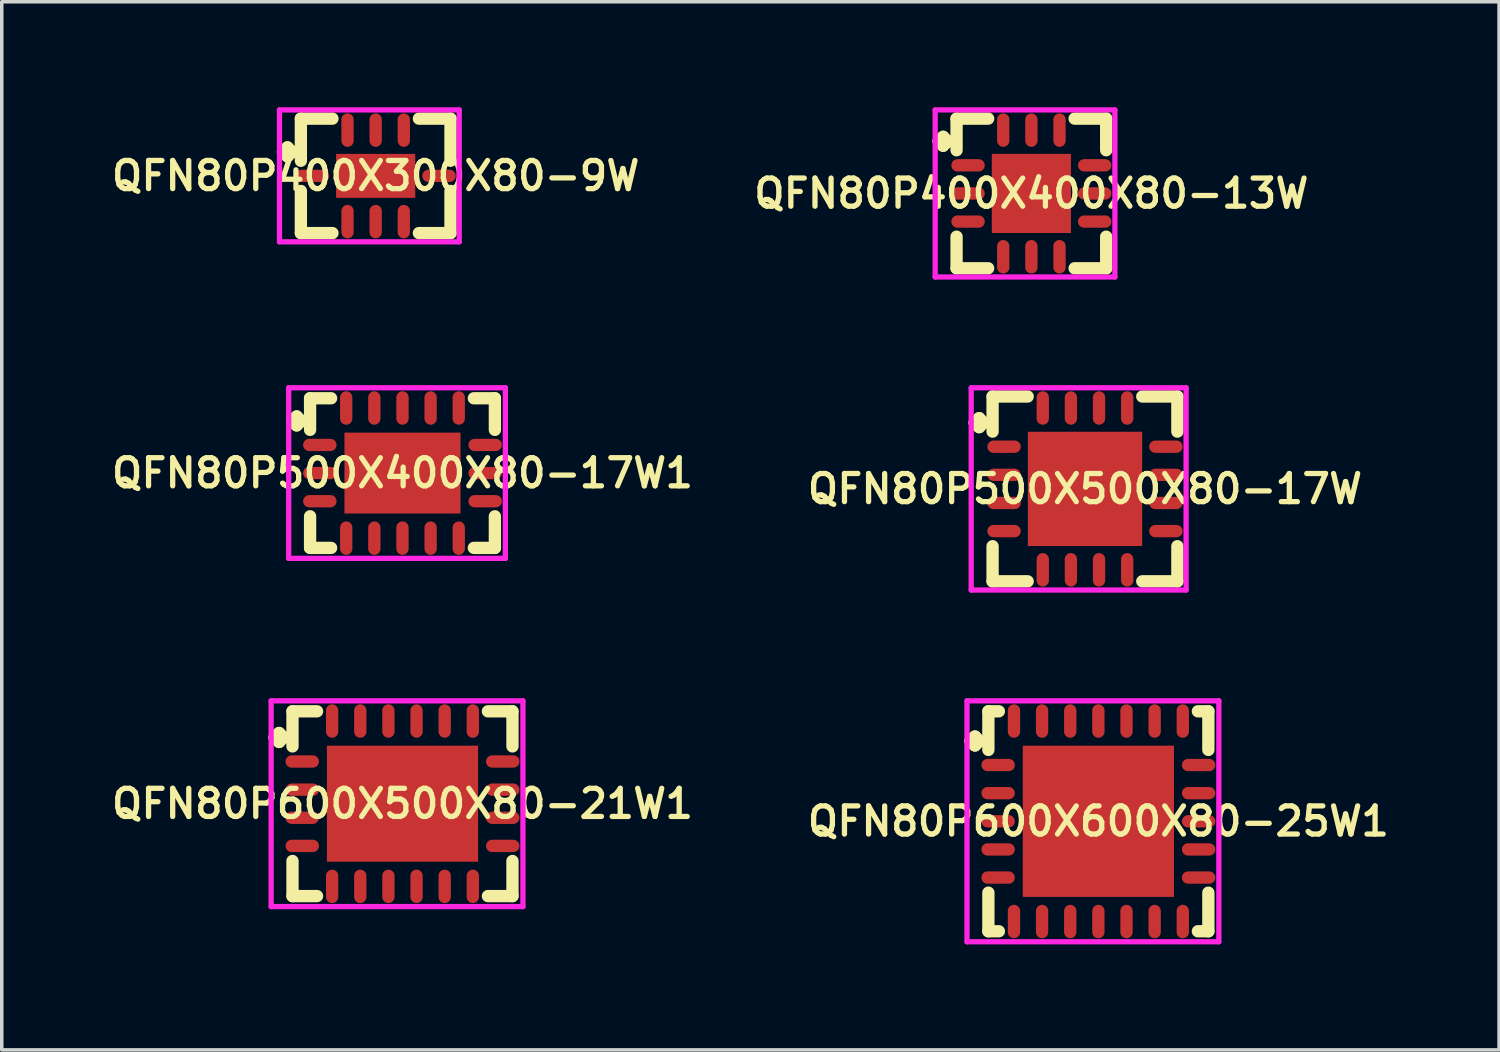
<source format=kicad_pcb>
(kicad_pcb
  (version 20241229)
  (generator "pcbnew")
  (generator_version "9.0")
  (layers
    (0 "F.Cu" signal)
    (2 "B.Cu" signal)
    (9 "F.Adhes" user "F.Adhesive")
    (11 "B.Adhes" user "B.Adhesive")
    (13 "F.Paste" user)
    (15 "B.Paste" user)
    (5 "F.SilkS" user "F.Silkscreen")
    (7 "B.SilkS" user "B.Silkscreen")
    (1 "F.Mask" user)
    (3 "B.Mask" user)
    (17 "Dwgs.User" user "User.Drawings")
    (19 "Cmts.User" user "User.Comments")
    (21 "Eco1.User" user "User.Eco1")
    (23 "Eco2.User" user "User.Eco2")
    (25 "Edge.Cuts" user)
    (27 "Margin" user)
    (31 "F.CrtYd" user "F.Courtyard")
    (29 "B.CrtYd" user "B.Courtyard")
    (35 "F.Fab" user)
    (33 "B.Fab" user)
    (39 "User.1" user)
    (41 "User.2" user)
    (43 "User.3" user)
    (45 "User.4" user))
  (footprint "QFN80P500X400X80-17W1"
    (layer "F.Cu")
    (at 8.393 10.4)
    (property "Reference" "QFN80P500X400X80-17W1" (at 0 0 0) (layer "F.SilkS") (effects (font (size 0.8 0.8) (thickness 0.15))))
    (attr smd)
    (fp_line (start -3.135 -1.483) (end -3.008 -1.61) (stroke (width 0.35) (type solid)) (layer "F.SilkS"))
    (fp_line (start -3.008 -1.61) (end -2.881 -1.483) (stroke (width 0.35) (type solid)) (layer "F.SilkS"))
    (fp_line (start -3.008 -1.356) (end -3.135 -1.483) (stroke (width 0.35) (type solid)) (layer "F.SilkS"))
    (fp_line (start -2.881 -1.483) (end -3.008 -1.356) (stroke (width 0.35) (type solid)) (layer "F.SilkS"))
    (fp_line (start -2.627 -2.127) (end -2.029 -2.127) (stroke (width 0.35) (type solid)) (layer "F.SilkS"))
    (fp_line (start -2.627 -1.229) (end -2.627 -2.127) (stroke (width 0.35) (type solid)) (layer "F.SilkS"))
    (fp_line (start -2.627 1.229) (end -2.627 2.127) (stroke (width 0.35) (type solid)) (layer "F.SilkS"))
    (fp_line (start -2.627 2.127) (end -2.029 2.127) (stroke (width 0.35) (type solid)) (layer "F.SilkS"))
    (fp_line (start 2.029 -2.127) (end 2.627 -2.127) (stroke (width 0.35) (type solid)) (layer "F.SilkS"))
    (fp_line (start 2.029 2.127) (end 2.627 2.127) (stroke (width 0.35) (type solid)) (layer "F.SilkS"))
    (fp_line (start 2.627 -2.127) (end 2.627 -1.229) (stroke (width 0.35) (type solid)) (layer "F.SilkS"))
    (fp_line (start 2.627 2.127) (end 2.627 1.229) (stroke (width 0.35) (type solid)) (layer "F.SilkS"))
    (fp_line (start -3.235 -2.425) (end 2.925 -2.425) (stroke (width 0.15) (type solid)) (layer "F.CrtYd"))
    (fp_line (start -3.235 2.425) (end -3.235 -2.425) (stroke (width 0.15) (type solid)) (layer "F.CrtYd"))
    (fp_line (start 2.925 -2.425) (end 2.925 2.425) (stroke (width 0.15) (type solid)) (layer "F.CrtYd"))
    (fp_line (start 2.925 2.425) (end -3.235 2.425) (stroke (width 0.15) (type solid)) (layer "F.CrtYd"))
    (pad "1" smd oval (at -2.35 -0.8) (size 0.95 0.35) (layers "F.Cu" "F.Mask" "F.Paste"))
    (pad "2" smd oval (at -2.35 0) (size 0.95 0.35) (layers "F.Cu" "F.Mask" "F.Paste"))
    (pad "3" smd oval (at -2.35 0.8) (size 0.95 0.35) (layers "F.Cu" "F.Mask" "F.Paste"))
    (pad "4" smd oval (at -1.6 1.85) (size 0.35 0.95) (layers "F.Cu" "F.Mask" "F.Paste"))
    (pad "5" smd oval (at -0.8 1.85) (size 0.35 0.95) (layers "F.Cu" "F.Mask" "F.Paste"))
    (pad "6" smd oval (at 0 1.85) (size 0.35 0.95) (layers "F.Cu" "F.Mask" "F.Paste"))
    (pad "7" smd oval (at 0.8 1.85) (size 0.35 0.95) (layers "F.Cu" "F.Mask" "F.Paste"))
    (pad "8" smd oval (at 1.6 1.85) (size 0.35 0.95) (layers "F.Cu" "F.Mask" "F.Paste"))
    (pad "9" smd oval (at 2.35 0.8) (size 0.95 0.35) (layers "F.Cu" "F.Mask" "F.Paste"))
    (pad "10" smd oval (at 2.35 0) (size 0.95 0.35) (layers "F.Cu" "F.Mask" "F.Paste"))
    (pad "11" smd oval (at 2.35 -0.8) (size 0.95 0.35) (layers "F.Cu" "F.Mask" "F.Paste"))
    (pad "12" smd oval (at 1.6 -1.85) (size 0.35 0.95) (layers "F.Cu" "F.Mask" "F.Paste"))
    (pad "13" smd oval (at 0.8 -1.85) (size 0.35 0.95) (layers "F.Cu" "F.Mask" "F.Paste"))
    (pad "14" smd oval (at 0 -1.85) (size 0.35 0.95) (layers "F.Cu" "F.Mask" "F.Paste"))
    (pad "15" smd oval (at -0.8 -1.85) (size 0.35 0.95) (layers "F.Cu" "F.Mask" "F.Paste"))
    (pad "16" smd oval (at -1.6 -1.85) (size 0.35 0.95) (layers "F.Cu" "F.Mask" "F.Paste"))
    (pad "17" smd rect (at 0 0) (size 3.3 2.3) (layers "F.Cu" "F.Mask" "F.Paste")))
  (footprint "QFN80P600X600X80-25W1"
    (layer "F.Cu")
    (at 28.178 20.3)
    (property "Reference" "QFN80P600X600X80-25W1" (at 0 0 0) (layer "F.SilkS") (effects (font (size 0.8 0.8) (thickness 0.15))))
    (attr through_hole)
    (fp_line (start -3.635 -2.283) (end -3.508 -2.41) (stroke (width 0.35) (type solid)) (layer "F.SilkS"))
    (fp_line (start -3.508 -2.41) (end -3.381 -2.283) (stroke (width 0.35) (type solid)) (layer "F.SilkS"))
    (fp_line (start -3.508 -2.156) (end -3.635 -2.283) (stroke (width 0.35) (type solid)) (layer "F.SilkS"))
    (fp_line (start -3.381 -2.283) (end -3.508 -2.156) (stroke (width 0.35) (type solid)) (layer "F.SilkS"))
    (fp_line (start -3.127 -3.127) (end -2.829 -3.127) (stroke (width 0.35) (type solid)) (layer "F.SilkS"))
    (fp_line (start -3.127 -2.029) (end -3.127 -3.127) (stroke (width 0.35) (type solid)) (layer "F.SilkS"))
    (fp_line (start -3.127 2.029) (end -3.127 3.127) (stroke (width 0.35) (type solid)) (layer "F.SilkS"))
    (fp_line (start -3.127 3.127) (end -2.829 3.127) (stroke (width 0.35) (type solid)) (layer "F.SilkS"))
    (fp_line (start 2.829 -3.127) (end 3.127 -3.127) (stroke (width 0.35) (type solid)) (layer "F.SilkS"))
    (fp_line (start 2.829 3.127) (end 3.127 3.127) (stroke (width 0.35) (type solid)) (layer "F.SilkS"))
    (fp_line (start 3.127 -3.127) (end 3.127 -2.029) (stroke (width 0.35) (type solid)) (layer "F.SilkS"))
    (fp_line (start 3.127 3.127) (end 3.127 2.029) (stroke (width 0.35) (type solid)) (layer "F.SilkS"))
    (fp_line (start -3.735 -3.425) (end 3.425 -3.425) (stroke (width 0.15) (type solid)) (layer "F.CrtYd"))
    (fp_line (start -3.735 3.425) (end -3.735 -3.425) (stroke (width 0.15) (type solid)) (layer "F.CrtYd"))
    (fp_line (start 3.425 -3.425) (end 3.425 3.425) (stroke (width 0.15) (type solid)) (layer "F.CrtYd"))
    (fp_line (start 3.425 3.425) (end -3.735 3.425) (stroke (width 0.15) (type solid)) (layer "F.CrtYd"))
    (pad "1" smd oval (at -2.85 -1.6) (size 0.95 0.35) (layers "F.Cu" "F.Mask" "F.Paste"))
    (pad "2" smd oval (at -2.85 -0.8) (size 0.95 0.35) (layers "F.Cu" "F.Mask" "F.Paste"))
    (pad "3" smd oval (at -2.85 0) (size 0.95 0.35) (layers "F.Cu" "F.Mask" "F.Paste"))
    (pad "4" smd oval (at -2.85 0.8) (size 0.95 0.35) (layers "F.Cu" "F.Mask" "F.Paste"))
    (pad "5" smd oval (at -2.85 1.6) (size 0.95 0.35) (layers "F.Cu" "F.Mask" "F.Paste"))
    (pad "6" smd oval (at -2.4 2.85) (size 0.35 0.95) (layers "F.Cu" "F.Mask" "F.Paste"))
    (pad "7" smd oval (at -1.6 2.85) (size 0.35 0.95) (layers "F.Cu" "F.Mask" "F.Paste"))
    (pad "8" smd oval (at -0.8 2.85) (size 0.35 0.95) (layers "F.Cu" "F.Mask" "F.Paste"))
    (pad "9" smd oval (at 0 2.85) (size 0.35 0.95) (layers "F.Cu" "F.Mask" "F.Paste"))
    (pad "10" smd oval (at 0.8 2.85) (size 0.35 0.95) (layers "F.Cu" "F.Mask" "F.Paste"))
    (pad "11" smd oval (at 1.6 2.85) (size 0.35 0.95) (layers "F.Cu" "F.Mask" "F.Paste"))
    (pad "12" smd oval (at 2.4 2.85) (size 0.35 0.95) (layers "F.Cu" "F.Mask" "F.Paste"))
    (pad "13" smd oval (at 2.85 1.6) (size 0.95 0.35) (layers "F.Cu" "F.Mask" "F.Paste"))
    (pad "14" smd oval (at 2.85 0.8) (size 0.95 0.35) (layers "F.Cu" "F.Mask" "F.Paste"))
    (pad "15" smd oval (at 2.85 0) (size 0.95 0.35) (layers "F.Cu" "F.Mask" "F.Paste"))
    (pad "16" smd oval (at 2.85 -0.8) (size 0.95 0.35) (layers "F.Cu" "F.Mask" "F.Paste"))
    (pad "17" smd oval (at 2.85 -1.6) (size 0.95 0.35) (layers "F.Cu" "F.Mask" "F.Paste"))
    (pad "18" smd oval (at 2.4 -2.85) (size 0.35 0.95) (layers "F.Cu" "F.Mask" "F.Paste"))
    (pad "19" smd oval (at 1.6 -2.85) (size 0.35 0.95) (layers "F.Cu" "F.Mask" "F.Paste"))
    (pad "20" smd oval (at 0.8 -2.85) (size 0.35 0.95) (layers "F.Cu" "F.Mask" "F.Paste"))
    (pad "21" smd oval (at 0 -2.85) (size 0.35 0.95) (layers "F.Cu" "F.Mask" "F.Paste"))
    (pad "22" smd oval (at -0.8 -2.85) (size 0.35 0.95) (layers "F.Cu" "F.Mask" "F.Paste"))
    (pad "23" smd oval (at -1.6 -2.85) (size 0.35 0.95) (layers "F.Cu" "F.Mask" "F.Paste"))
    (pad "24" smd oval (at -2.4 -2.85) (size 0.35 0.95) (layers "F.Cu" "F.Mask" "F.Paste"))
    (pad "25" smd rect (at 0 0) (size 4.3 4.3) (layers "F.Cu" "F.Mask" "F.Paste")))
  (footprint "QFN80P600X500X80-21W1"
    (layer "F.Cu")
    (at 8.393 19.8)
    (property "Reference" "QFN80P600X500X80-21W1" (at 0 0 0) (layer "F.SilkS") (effects (font (size 0.8 0.8) (thickness 0.15))))
    (attr smd)
    (fp_line (start -3.635 -1.883) (end -3.508 -2.01) (stroke (width 0.35) (type solid)) (layer "F.SilkS"))
    (fp_line (start -3.508 -2.01) (end -3.381 -1.883) (stroke (width 0.35) (type solid)) (layer "F.SilkS"))
    (fp_line (start -3.508 -1.756) (end -3.635 -1.883) (stroke (width 0.35) (type solid)) (layer "F.SilkS"))
    (fp_line (start -3.381 -1.883) (end -3.508 -1.756) (stroke (width 0.35) (type solid)) (layer "F.SilkS"))
    (fp_line (start -3.127 -2.627) (end -2.429 -2.627) (stroke (width 0.35) (type solid)) (layer "F.SilkS"))
    (fp_line (start -3.127 -1.629) (end -3.127 -2.627) (stroke (width 0.35) (type solid)) (layer "F.SilkS"))
    (fp_line (start -3.127 1.629) (end -3.127 2.627) (stroke (width 0.35) (type solid)) (layer "F.SilkS"))
    (fp_line (start -3.127 2.627) (end -2.429 2.627) (stroke (width 0.35) (type solid)) (layer "F.SilkS"))
    (fp_line (start 2.429 -2.627) (end 3.127 -2.627) (stroke (width 0.35) (type solid)) (layer "F.SilkS"))
    (fp_line (start 2.429 2.627) (end 3.127 2.627) (stroke (width 0.35) (type solid)) (layer "F.SilkS"))
    (fp_line (start 3.127 -2.627) (end 3.127 -1.629) (stroke (width 0.35) (type solid)) (layer "F.SilkS"))
    (fp_line (start 3.127 2.627) (end 3.127 1.629) (stroke (width 0.35) (type solid)) (layer "F.SilkS"))
    (fp_line (start -3.735 -2.925) (end 3.425 -2.925) (stroke (width 0.15) (type solid)) (layer "F.CrtYd"))
    (fp_line (start -3.735 2.925) (end -3.735 -2.925) (stroke (width 0.15) (type solid)) (layer "F.CrtYd"))
    (fp_line (start 3.425 -2.925) (end 3.425 2.925) (stroke (width 0.15) (type solid)) (layer "F.CrtYd"))
    (fp_line (start 3.425 2.925) (end -3.735 2.925) (stroke (width 0.15) (type solid)) (layer "F.CrtYd"))
    (pad "1" smd oval (at -2.85 -1.2) (size 0.95 0.35) (layers "F.Cu" "F.Mask" "F.Paste"))
    (pad "2" smd oval (at -2.85 -0.4) (size 0.95 0.35) (layers "F.Cu" "F.Mask" "F.Paste"))
    (pad "3" smd oval (at -2.85 0.4) (size 0.95 0.35) (layers "F.Cu" "F.Mask" "F.Paste"))
    (pad "4" smd oval (at -2.85 1.2) (size 0.95 0.35) (layers "F.Cu" "F.Mask" "F.Paste"))
    (pad "5" smd oval (at -2 2.35) (size 0.35 0.95) (layers "F.Cu" "F.Mask" "F.Paste"))
    (pad "6" smd oval (at -1.2 2.35) (size 0.35 0.95) (layers "F.Cu" "F.Mask" "F.Paste"))
    (pad "7" smd oval (at -0.4 2.35) (size 0.35 0.95) (layers "F.Cu" "F.Mask" "F.Paste"))
    (pad "8" smd oval (at 0.4 2.35) (size 0.35 0.95) (layers "F.Cu" "F.Mask" "F.Paste"))
    (pad "9" smd oval (at 1.2 2.35) (size 0.35 0.95) (layers "F.Cu" "F.Mask" "F.Paste"))
    (pad "10" smd oval (at 2 2.35) (size 0.35 0.95) (layers "F.Cu" "F.Mask" "F.Paste"))
    (pad "11" smd oval (at 2.85 1.2) (size 0.95 0.35) (layers "F.Cu" "F.Mask" "F.Paste"))
    (pad "12" smd oval (at 2.85 0.4) (size 0.95 0.35) (layers "F.Cu" "F.Mask" "F.Paste"))
    (pad "13" smd oval (at 2.85 -0.4) (size 0.95 0.35) (layers "F.Cu" "F.Mask" "F.Paste"))
    (pad "14" smd oval (at 2.85 -1.2) (size 0.95 0.35) (layers "F.Cu" "F.Mask" "F.Paste"))
    (pad "15" smd oval (at 2 -2.35) (size 0.35 0.95) (layers "F.Cu" "F.Mask" "F.Paste"))
    (pad "16" smd oval (at 1.2 -2.35) (size 0.35 0.95) (layers "F.Cu" "F.Mask" "F.Paste"))
    (pad "17" smd oval (at 0.4 -2.35) (size 0.35 0.95) (layers "F.Cu" "F.Mask" "F.Paste"))
    (pad "18" smd oval (at -0.4 -2.35) (size 0.35 0.95) (layers "F.Cu" "F.Mask" "F.Paste"))
    (pad "19" smd oval (at -1.2 -2.35) (size 0.35 0.95) (layers "F.Cu" "F.Mask" "F.Paste"))
    (pad "20" smd oval (at -2 -2.35) (size 0.35 0.95) (layers "F.Cu" "F.Mask" "F.Paste"))
    (pad "21" smd rect (at 0 0) (size 4.3 3.3) (layers "F.Cu" "F.Mask" "F.Paste")))
  (footprint "QFN80P400X300X80-9W"
    (layer "F.Cu")
    (at 7.631 1.95)
    (property "Reference" "QFN80P400X300X80-9W" (at 0 0 0) (layer "F.SilkS") (effects (font (size 0.8 0.8) (thickness 0.15))))
    (attr through_hole)
    (fp_line (start -2.635 -0.683) (end -2.508 -0.81) (stroke (width 0.35) (type solid)) (layer "F.SilkS"))
    (fp_line (start -2.508 -0.81) (end -2.381 -0.683) (stroke (width 0.35) (type solid)) (layer "F.SilkS"))
    (fp_line (start -2.508 -0.556) (end -2.635 -0.683) (stroke (width 0.35) (type solid)) (layer "F.SilkS"))
    (fp_line (start -2.381 -0.683) (end -2.508 -0.556) (stroke (width 0.35) (type solid)) (layer "F.SilkS"))
    (fp_line (start -2.127 -1.627) (end -1.229 -1.627) (stroke (width 0.35) (type solid)) (layer "F.SilkS"))
    (fp_line (start -2.127 -0.429) (end -2.127 -1.627) (stroke (width 0.35) (type solid)) (layer "F.SilkS"))
    (fp_line (start -2.127 0.429) (end -2.127 1.627) (stroke (width 0.35) (type solid)) (layer "F.SilkS"))
    (fp_line (start -2.127 1.627) (end -1.229 1.627) (stroke (width 0.35) (type solid)) (layer "F.SilkS"))
    (fp_line (start 1.229 -1.627) (end 2.127 -1.627) (stroke (width 0.35) (type solid)) (layer "F.SilkS"))
    (fp_line (start 1.229 1.627) (end 2.127 1.627) (stroke (width 0.35) (type solid)) (layer "F.SilkS"))
    (fp_line (start 2.127 -1.627) (end 2.127 -0.429) (stroke (width 0.35) (type solid)) (layer "F.SilkS"))
    (fp_line (start 2.127 1.627) (end 2.127 0.429) (stroke (width 0.35) (type solid)) (layer "F.SilkS"))
    (fp_line (start -2.735 -1.875) (end 2.375 -1.875) (stroke (width 0.15) (type solid)) (layer "F.CrtYd"))
    (fp_line (start -2.735 1.875) (end -2.735 -1.875) (stroke (width 0.15) (type solid)) (layer "F.CrtYd"))
    (fp_line (start 2.375 -1.875) (end 2.375 1.875) (stroke (width 0.15) (type solid)) (layer "F.CrtYd"))
    (fp_line (start 2.375 1.875) (end -2.735 1.875) (stroke (width 0.15) (type solid)) (layer "F.CrtYd"))
    (pad "1" smd oval (at -1.8 0) (size 0.95 0.35) (layers "F.Cu" "F.Mask" "F.Paste"))
    (pad "2" smd oval (at -0.8 1.3) (size 0.35 0.95) (layers "F.Cu" "F.Mask" "F.Paste"))
    (pad "3" smd oval (at 0 1.3) (size 0.35 0.95) (layers "F.Cu" "F.Mask" "F.Paste"))
    (pad "4" smd oval (at 0.8 1.3) (size 0.35 0.95) (layers "F.Cu" "F.Mask" "F.Paste"))
    (pad "5" smd oval (at 1.8 0) (size 0.95 0.35) (layers "F.Cu" "F.Mask" "F.Paste"))
    (pad "6" smd oval (at 0.8 -1.3) (size 0.35 0.95) (layers "F.Cu" "F.Mask" "F.Paste"))
    (pad "7" smd oval (at 0 -1.3) (size 0.35 0.95) (layers "F.Cu" "F.Mask" "F.Paste"))
    (pad "8" smd oval (at -0.8 -1.3) (size 0.35 0.95) (layers "F.Cu" "F.Mask" "F.Paste"))
    (pad "9" smd rect (at 0 0) (size 2.25 1.25) (layers "F.Cu" "F.Mask" "F.Paste")))
  (footprint "QFN80P500X500X80-17W"
    (layer "F.Cu")
    (at 27.797 10.85)
    (property "Reference" "QFN80P500X500X80-17W" (at 0 0 0) (layer "F.SilkS") (effects (font (size 0.8 0.8) (thickness 0.15))))
    (attr smd)
    (fp_line (start -3.135 -1.883) (end -3.008 -2.01) (stroke (width 0.35) (type solid)) (layer "F.SilkS"))
    (fp_line (start -3.008 -2.01) (end -2.881 -1.883) (stroke (width 0.35) (type solid)) (layer "F.SilkS"))
    (fp_line (start -3.008 -1.756) (end -3.135 -1.883) (stroke (width 0.35) (type solid)) (layer "F.SilkS"))
    (fp_line (start -2.881 -1.883) (end -3.008 -1.756) (stroke (width 0.35) (type solid)) (layer "F.SilkS"))
    (fp_line (start -2.627 -2.627) (end -1.629 -2.627) (stroke (width 0.35) (type solid)) (layer "F.SilkS"))
    (fp_line (start -2.627 -1.629) (end -2.627 -2.627) (stroke (width 0.35) (type solid)) (layer "F.SilkS"))
    (fp_line (start -2.627 1.629) (end -2.627 2.627) (stroke (width 0.35) (type solid)) (layer "F.SilkS"))
    (fp_line (start -2.627 2.627) (end -1.629 2.627) (stroke (width 0.35) (type solid)) (layer "F.SilkS"))
    (fp_line (start 1.629 -2.627) (end 2.627 -2.627) (stroke (width 0.35) (type solid)) (layer "F.SilkS"))
    (fp_line (start 1.629 2.627) (end 2.627 2.627) (stroke (width 0.35) (type solid)) (layer "F.SilkS"))
    (fp_line (start 2.627 -2.627) (end 2.627 -1.629) (stroke (width 0.35) (type solid)) (layer "F.SilkS"))
    (fp_line (start 2.627 2.627) (end 2.627 1.629) (stroke (width 0.35) (type solid)) (layer "F.SilkS"))
    (fp_line (start -3.235 -2.875) (end 2.875 -2.875) (stroke (width 0.15) (type solid)) (layer "F.CrtYd"))
    (fp_line (start -3.235 2.875) (end -3.235 -2.875) (stroke (width 0.15) (type solid)) (layer "F.CrtYd"))
    (fp_line (start 2.875 -2.875) (end 2.875 2.875) (stroke (width 0.15) (type solid)) (layer "F.CrtYd"))
    (fp_line (start 2.875 2.875) (end -3.235 2.875) (stroke (width 0.15) (type solid)) (layer "F.CrtYd"))
    (pad "1" smd oval (at -2.3 -1.2) (size 0.95 0.35) (layers "F.Cu" "F.Mask" "F.Paste"))
    (pad "2" smd oval (at -2.3 -0.4) (size 0.95 0.35) (layers "F.Cu" "F.Mask" "F.Paste"))
    (pad "3" smd oval (at -2.3 0.4) (size 0.95 0.35) (layers "F.Cu" "F.Mask" "F.Paste"))
    (pad "4" smd oval (at -2.3 1.2) (size 0.95 0.35) (layers "F.Cu" "F.Mask" "F.Paste"))
    (pad "5" smd oval (at -1.2 2.3) (size 0.35 0.95) (layers "F.Cu" "F.Mask" "F.Paste"))
    (pad "6" smd oval (at -0.4 2.3) (size 0.35 0.95) (layers "F.Cu" "F.Mask" "F.Paste"))
    (pad "7" smd oval (at 0.4 2.3) (size 0.35 0.95) (layers "F.Cu" "F.Mask" "F.Paste"))
    (pad "8" smd oval (at 1.2 2.3) (size 0.35 0.95) (layers "F.Cu" "F.Mask" "F.Paste"))
    (pad "9" smd oval (at 2.3 1.2) (size 0.95 0.35) (layers "F.Cu" "F.Mask" "F.Paste"))
    (pad "10" smd oval (at 2.3 0.4) (size 0.95 0.35) (layers "F.Cu" "F.Mask" "F.Paste"))
    (pad "11" smd oval (at 2.3 -0.4) (size 0.95 0.35) (layers "F.Cu" "F.Mask" "F.Paste"))
    (pad "12" smd oval (at 2.3 -1.2) (size 0.95 0.35) (layers "F.Cu" "F.Mask" "F.Paste"))
    (pad "13" smd oval (at 1.2 -2.3) (size 0.35 0.95) (layers "F.Cu" "F.Mask" "F.Paste"))
    (pad "14" smd oval (at 0.4 -2.3) (size 0.35 0.95) (layers "F.Cu" "F.Mask" "F.Paste"))
    (pad "15" smd oval (at -0.4 -2.3) (size 0.35 0.95) (layers "F.Cu" "F.Mask" "F.Paste"))
    (pad "16" smd oval (at -1.2 -2.3) (size 0.35 0.95) (layers "F.Cu" "F.Mask" "F.Paste"))
    (pad "17" smd rect (at 0 0) (size 3.25 3.25) (layers "F.Cu" "F.Mask" "F.Paste")))
  (footprint "QFN80P400X400X80-13W"
    (layer "F.Cu")
    (at 26.273 2.45)
    (property "Reference" "QFN80P400X400X80-13W" (at 0 0 0) (layer "F.SilkS") (effects (font (size 0.8 0.8) (thickness 0.15))))
    (attr smd)
    (fp_line (start -2.635 -1.483) (end -2.508 -1.61) (stroke (width 0.35) (type solid)) (layer "F.SilkS"))
    (fp_line (start -2.508 -1.61) (end -2.381 -1.483) (stroke (width 0.35) (type solid)) (layer "F.SilkS"))
    (fp_line (start -2.508 -1.356) (end -2.635 -1.483) (stroke (width 0.35) (type solid)) (layer "F.SilkS"))
    (fp_line (start -2.381 -1.483) (end -2.508 -1.356) (stroke (width 0.35) (type solid)) (layer "F.SilkS"))
    (fp_line (start -2.127 -2.127) (end -1.229 -2.127) (stroke (width 0.35) (type solid)) (layer "F.SilkS"))
    (fp_line (start -2.127 -1.229) (end -2.127 -2.127) (stroke (width 0.35) (type solid)) (layer "F.SilkS"))
    (fp_line (start -2.127 1.229) (end -2.127 2.127) (stroke (width 0.35) (type solid)) (layer "F.SilkS"))
    (fp_line (start -2.127 2.127) (end -1.229 2.127) (stroke (width 0.35) (type solid)) (layer "F.SilkS"))
    (fp_line (start 1.229 -2.127) (end 2.127 -2.127) (stroke (width 0.35) (type solid)) (layer "F.SilkS"))
    (fp_line (start 1.229 2.127) (end 2.127 2.127) (stroke (width 0.35) (type solid)) (layer "F.SilkS"))
    (fp_line (start 2.127 -2.127) (end 2.127 -1.229) (stroke (width 0.35) (type solid)) (layer "F.SilkS"))
    (fp_line (start 2.127 2.127) (end 2.127 1.229) (stroke (width 0.35) (type solid)) (layer "F.SilkS"))
    (fp_line (start -2.735 -2.375) (end 2.375 -2.375) (stroke (width 0.15) (type solid)) (layer "F.CrtYd"))
    (fp_line (start -2.735 2.375) (end -2.735 -2.375) (stroke (width 0.15) (type solid)) (layer "F.CrtYd"))
    (fp_line (start 2.375 -2.375) (end 2.375 2.375) (stroke (width 0.15) (type solid)) (layer "F.CrtYd"))
    (fp_line (start 2.375 2.375) (end -2.735 2.375) (stroke (width 0.15) (type solid)) (layer "F.CrtYd"))
    (pad "1" smd oval (at -1.8 -0.8) (size 0.95 0.35) (layers "F.Cu" "F.Mask" "F.Paste"))
    (pad "2" smd oval (at -1.8 0) (size 0.95 0.35) (layers "F.Cu" "F.Mask" "F.Paste"))
    (pad "3" smd oval (at -1.8 0.8) (size 0.95 0.35) (layers "F.Cu" "F.Mask" "F.Paste"))
    (pad "4" smd oval (at -0.8 1.8) (size 0.35 0.95) (layers "F.Cu" "F.Mask" "F.Paste"))
    (pad "5" smd oval (at 0 1.8) (size 0.35 0.95) (layers "F.Cu" "F.Mask" "F.Paste"))
    (pad "6" smd oval (at 0.8 1.8) (size 0.35 0.95) (layers "F.Cu" "F.Mask" "F.Paste"))
    (pad "7" smd oval (at 1.8 0.8) (size 0.95 0.35) (layers "F.Cu" "F.Mask" "F.Paste"))
    (pad "8" smd oval (at 1.8 0) (size 0.95 0.35) (layers "F.Cu" "F.Mask" "F.Paste"))
    (pad "9" smd oval (at 1.8 -0.8) (size 0.95 0.35) (layers "F.Cu" "F.Mask" "F.Paste"))
    (pad "10" smd oval (at 0.8 -1.8) (size 0.35 0.95) (layers "F.Cu" "F.Mask" "F.Paste"))
    (pad "11" smd oval (at 0 -1.8) (size 0.35 0.95) (layers "F.Cu" "F.Mask" "F.Paste"))
    (pad "12" smd oval (at -0.8 -1.8) (size 0.35 0.95) (layers "F.Cu" "F.Mask" "F.Paste"))
    (pad "13" smd rect (at 0 0) (size 2.25 2.25) (layers "F.Cu" "F.Mask" "F.Paste")))
  (gr_rect
    (start -3 -3)
    (end 39.57 26.8)
    (stroke (width 0.1) (type default))
    (fill no)
    (layer "Edge.Cuts")))
</source>
